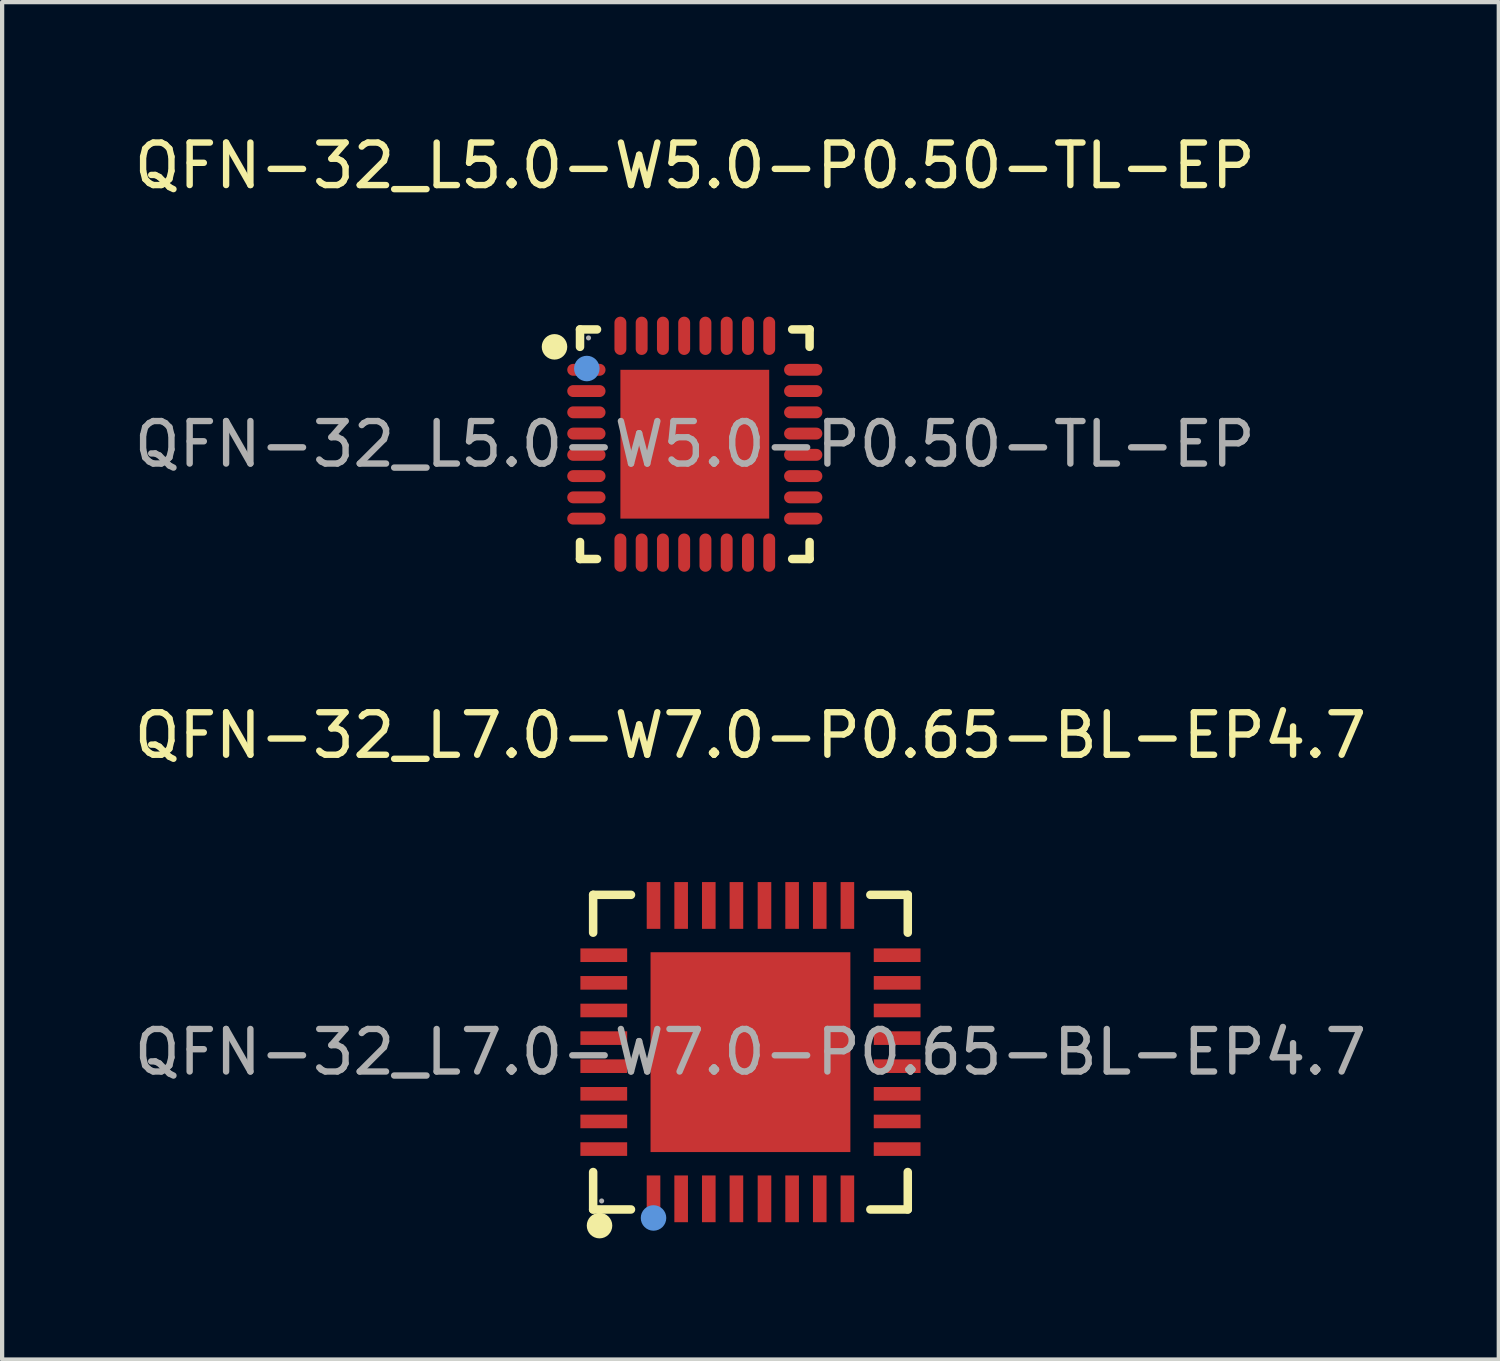
<source format=kicad_pcb>
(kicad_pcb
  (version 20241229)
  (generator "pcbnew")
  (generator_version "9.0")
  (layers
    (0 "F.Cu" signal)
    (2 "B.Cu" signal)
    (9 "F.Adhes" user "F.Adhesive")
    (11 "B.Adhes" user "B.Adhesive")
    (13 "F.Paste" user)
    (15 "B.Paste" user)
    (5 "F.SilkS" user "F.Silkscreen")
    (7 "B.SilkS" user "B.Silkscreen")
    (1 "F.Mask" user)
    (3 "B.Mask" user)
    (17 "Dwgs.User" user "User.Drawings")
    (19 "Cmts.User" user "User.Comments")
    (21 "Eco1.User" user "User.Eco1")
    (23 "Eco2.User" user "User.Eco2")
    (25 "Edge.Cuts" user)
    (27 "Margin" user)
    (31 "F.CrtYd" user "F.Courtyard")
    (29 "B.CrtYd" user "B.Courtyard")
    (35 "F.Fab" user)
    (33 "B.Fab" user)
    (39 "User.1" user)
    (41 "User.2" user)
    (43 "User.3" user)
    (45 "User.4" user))
  (footprint "QFN-32_L5.0-W5.0-P0.50-TL-EP"
    (layer "F.Cu")
    (at 13.292 7.398)
    (property "Reference" "QFN-32_L5.0-W5.0-P0.50-TL-EP" (at 0 -6.55 0) (layer "F.SilkS") (effects (font (size 1 1) (thickness 0.15))))
    (attr through_hole)
    (fp_line (start -2.7 -2.7) (end -2.3 -2.7) (stroke (width 0.2) (type solid)) (layer "F.SilkS"))
    (fp_line (start -2.7 -2.29) (end -2.7 -2.7) (stroke (width 0.2) (type solid)) (layer "F.SilkS"))
    (fp_line (start -2.7 2.3) (end -2.7 2.7) (stroke (width 0.2) (type solid)) (layer "F.SilkS"))
    (fp_line (start -2.7 2.7) (end -2.3 2.7) (stroke (width 0.2) (type solid)) (layer "F.SilkS"))
    (fp_line (start 2.29 -2.7) (end 2.7 -2.7) (stroke (width 0.2) (type solid)) (layer "F.SilkS"))
    (fp_line (start 2.29 2.7) (end 2.7 2.7) (stroke (width 0.2) (type solid)) (layer "F.SilkS"))
    (fp_line (start 2.7 -2.7) (end 2.7 -2.29) (stroke (width 0.2) (type solid)) (layer "F.SilkS"))
    (fp_line (start 2.7 2.7) (end 2.7 2.3) (stroke (width 0.2) (type solid)) (layer "F.SilkS"))
    (fp_circle (center -3.3 -2.29) (end -3.15 -2.29) (stroke (width 0.3) (type solid)) (fill no) (layer "F.SilkS"))
    (fp_circle (center -2.54 -1.78) (end -2.39 -1.78) (stroke (width 0.3) (type solid)) (fill no) (layer "Cmts.User"))
    (fp_circle (center -2.5 -2.5) (end -2.47 -2.5) (stroke (width 0.06) (type solid)) (fill no) (layer "F.Fab"))
    (fp_text user "${REFERENCE}" (at 0 0 0) (layer "F.Fab") (effects (font (size 1 1) (thickness 0.15))))
    (pad "1" smd oval (at -2.55 -1.75 90) (size 0.28 0.9) (layers "F.Cu" "F.Mask" "F.Paste"))
    (pad "2" smd oval (at -2.55 -1.25 90) (size 0.28 0.9) (layers "F.Cu" "F.Mask" "F.Paste"))
    (pad "3" smd oval (at -2.55 -0.75 90) (size 0.28 0.9) (layers "F.Cu" "F.Mask" "F.Paste"))
    (pad "4" smd oval (at -2.55 -0.25 90) (size 0.28 0.9) (layers "F.Cu" "F.Mask" "F.Paste"))
    (pad "5" smd oval (at -2.55 0.25 90) (size 0.28 0.9) (layers "F.Cu" "F.Mask" "F.Paste"))
    (pad "6" smd oval (at -2.55 0.75 90) (size 0.28 0.9) (layers "F.Cu" "F.Mask" "F.Paste"))
    (pad "7" smd oval (at -2.55 1.25 90) (size 0.28 0.9) (layers "F.Cu" "F.Mask" "F.Paste"))
    (pad "8" smd oval (at -2.55 1.75 90) (size 0.28 0.9) (layers "F.Cu" "F.Mask" "F.Paste"))
    (pad "9" smd oval (at -1.75 2.55) (size 0.28 0.9) (layers "F.Cu" "F.Mask" "F.Paste"))
    (pad "10" smd oval (at -1.25 2.55) (size 0.28 0.9) (layers "F.Cu" "F.Mask" "F.Paste"))
    (pad "11" smd oval (at -0.75 2.55) (size 0.28 0.9) (layers "F.Cu" "F.Mask" "F.Paste"))
    (pad "12" smd oval (at -0.25 2.55) (size 0.28 0.9) (layers "F.Cu" "F.Mask" "F.Paste"))
    (pad "13" smd oval (at 0.25 2.55) (size 0.28 0.9) (layers "F.Cu" "F.Mask" "F.Paste"))
    (pad "14" smd oval (at 0.75 2.55) (size 0.28 0.9) (layers "F.Cu" "F.Mask" "F.Paste"))
    (pad "15" smd oval (at 1.25 2.55) (size 0.28 0.9) (layers "F.Cu" "F.Mask" "F.Paste"))
    (pad "16" smd oval (at 1.75 2.55) (size 0.28 0.9) (layers "F.Cu" "F.Mask" "F.Paste"))
    (pad "17" smd oval (at 2.55 1.75 90) (size 0.28 0.9) (layers "F.Cu" "F.Mask" "F.Paste"))
    (pad "18" smd oval (at 2.55 1.25 90) (size 0.28 0.9) (layers "F.Cu" "F.Mask" "F.Paste"))
    (pad "19" smd oval (at 2.55 0.75 90) (size 0.28 0.9) (layers "F.Cu" "F.Mask" "F.Paste"))
    (pad "20" smd oval (at 2.55 0.25 90) (size 0.28 0.9) (layers "F.Cu" "F.Mask" "F.Paste"))
    (pad "21" smd oval (at 2.55 -0.25 90) (size 0.28 0.9) (layers "F.Cu" "F.Mask" "F.Paste"))
    (pad "22" smd oval (at 2.55 -0.75 90) (size 0.28 0.9) (layers "F.Cu" "F.Mask" "F.Paste"))
    (pad "23" smd oval (at 2.55 -1.25 90) (size 0.28 0.9) (layers "F.Cu" "F.Mask" "F.Paste"))
    (pad "24" smd oval (at 2.55 -1.75 90) (size 0.28 0.9) (layers "F.Cu" "F.Mask" "F.Paste"))
    (pad "25" smd oval (at 1.75 -2.55) (size 0.28 0.9) (layers "F.Cu" "F.Mask" "F.Paste"))
    (pad "26" smd oval (at 1.25 -2.55) (size 0.28 0.9) (layers "F.Cu" "F.Mask" "F.Paste"))
    (pad "27" smd oval (at 0.75 -2.55) (size 0.28 0.9) (layers "F.Cu" "F.Mask" "F.Paste"))
    (pad "28" smd oval (at 0.25 -2.55) (size 0.28 0.9) (layers "F.Cu" "F.Mask" "F.Paste"))
    (pad "29" smd oval (at -0.25 -2.55) (size 0.28 0.9) (layers "F.Cu" "F.Mask" "F.Paste"))
    (pad "30" smd oval (at -0.75 -2.55) (size 0.28 0.9) (layers "F.Cu" "F.Mask" "F.Paste"))
    (pad "31" smd oval (at -1.25 -2.55) (size 0.28 0.9) (layers "F.Cu" "F.Mask" "F.Paste"))
    (pad "32" smd oval (at -1.75 -2.55) (size 0.28 0.9) (layers "F.Cu" "F.Mask" "F.Paste"))
    (pad "33" smd rect (at 0 0) (size 3.5 3.5) (layers "F.Cu" "F.Mask" "F.Paste")))
  (footprint "QFN-32_L7.0-W7.0-P0.65-BL-EP4.7"
    (layer "F.Cu")
    (at 14.601 21.697)
    (property "Reference" "QFN-32_L7.0-W7.0-P0.65-BL-EP4.7" (at 0 -7.45 0) (layer "F.SilkS") (effects (font (size 1 1) (thickness 0.15))))
    (attr through_hole)
    (fp_line (start -3.7 -3.7) (end -2.81 -3.7) (stroke (width 0.2) (type solid)) (layer "F.SilkS"))
    (fp_line (start -3.7 -2.81) (end -3.7 -3.7) (stroke (width 0.2) (type solid)) (layer "F.SilkS"))
    (fp_line (start -3.7 3.7) (end -3.7 2.82) (stroke (width 0.2) (type solid)) (layer "F.SilkS"))
    (fp_line (start -2.81 3.7) (end -3.7 3.7) (stroke (width 0.2) (type solid)) (layer "F.SilkS"))
    (fp_line (start 2.82 3.7) (end 3.7 3.7) (stroke (width 0.2) (type solid)) (layer "F.SilkS"))
    (fp_line (start 3.7 -3.7) (end 2.82 -3.7) (stroke (width 0.2) (type solid)) (layer "F.SilkS"))
    (fp_line (start 3.7 -2.81) (end 3.7 -3.7) (stroke (width 0.2) (type solid)) (layer "F.SilkS"))
    (fp_line (start 3.7 3.7) (end 3.7 2.82) (stroke (width 0.2) (type solid)) (layer "F.SilkS"))
    (fp_arc (start -3.55 4.08) (mid -3.55 4.08) (end -3.55 4.08) (stroke (width 0.3) (type solid)) (layer "F.SilkS"))
    (fp_circle (center -2.28 3.9) (end -2.13 3.9) (stroke (width 0.3) (type solid)) (fill no) (layer "Cmts.User"))
    (fp_circle (center -3.5 3.5) (end -3.47 3.5) (stroke (width 0.06) (type solid)) (fill no) (layer "F.Fab"))
    (fp_text user "${REFERENCE}" (at 0 0 0) (layer "F.Fab") (effects (font (size 1 1) (thickness 0.15))))
    (pad "1" smd rect (at -2.28 3.45) (size 0.32 1.1) (layers "F.Cu" "F.Mask" "F.Paste"))
    (pad "2" smd rect (at -1.63 3.45) (size 0.32 1.1) (layers "F.Cu" "F.Mask" "F.Paste"))
    (pad "3" smd rect (at -0.98 3.45) (size 0.32 1.1) (layers "F.Cu" "F.Mask" "F.Paste"))
    (pad "4" smd rect (at -0.33 3.45) (size 0.32 1.1) (layers "F.Cu" "F.Mask" "F.Paste"))
    (pad "5" smd rect (at 0.33 3.45) (size 0.32 1.1) (layers "F.Cu" "F.Mask" "F.Paste"))
    (pad "6" smd rect (at 0.98 3.45) (size 0.32 1.1) (layers "F.Cu" "F.Mask" "F.Paste"))
    (pad "7" smd rect (at 1.63 3.45) (size 0.32 1.1) (layers "F.Cu" "F.Mask" "F.Paste"))
    (pad "8" smd rect (at 2.28 3.45) (size 0.32 1.1) (layers "F.Cu" "F.Mask" "F.Paste"))
    (pad "9" smd rect (at 3.45 2.28) (size 1.1 0.32) (layers "F.Cu" "F.Mask" "F.Paste"))
    (pad "10" smd rect (at 3.45 1.63) (size 1.1 0.32) (layers "F.Cu" "F.Mask" "F.Paste"))
    (pad "11" smd rect (at 3.45 0.98) (size 1.1 0.32) (layers "F.Cu" "F.Mask" "F.Paste"))
    (pad "12" smd rect (at 3.45 0.33) (size 1.1 0.32) (layers "F.Cu" "F.Mask" "F.Paste"))
    (pad "13" smd rect (at 3.45 -0.33) (size 1.1 0.32) (layers "F.Cu" "F.Mask" "F.Paste"))
    (pad "14" smd rect (at 3.45 -0.98) (size 1.1 0.32) (layers "F.Cu" "F.Mask" "F.Paste"))
    (pad "15" smd rect (at 3.45 -1.63) (size 1.1 0.32) (layers "F.Cu" "F.Mask" "F.Paste"))
    (pad "16" smd rect (at 3.45 -2.28) (size 1.1 0.32) (layers "F.Cu" "F.Mask" "F.Paste"))
    (pad "17" smd rect (at 2.28 -3.45) (size 0.32 1.1) (layers "F.Cu" "F.Mask" "F.Paste"))
    (pad "18" smd rect (at 1.63 -3.45) (size 0.32 1.1) (layers "F.Cu" "F.Mask" "F.Paste"))
    (pad "19" smd rect (at 0.98 -3.45) (size 0.32 1.1) (layers "F.Cu" "F.Mask" "F.Paste"))
    (pad "20" smd rect (at 0.33 -3.45) (size 0.32 1.1) (layers "F.Cu" "F.Mask" "F.Paste"))
    (pad "21" smd rect (at -0.33 -3.45) (size 0.32 1.1) (layers "F.Cu" "F.Mask" "F.Paste"))
    (pad "22" smd rect (at -0.98 -3.45) (size 0.32 1.1) (layers "F.Cu" "F.Mask" "F.Paste"))
    (pad "23" smd rect (at -1.63 -3.45) (size 0.32 1.1) (layers "F.Cu" "F.Mask" "F.Paste"))
    (pad "24" smd rect (at -2.28 -3.45) (size 0.32 1.1) (layers "F.Cu" "F.Mask" "F.Paste"))
    (pad "25" smd rect (at -3.45 -2.28) (size 1.1 0.32) (layers "F.Cu" "F.Mask" "F.Paste"))
    (pad "26" smd rect (at -3.45 -1.63) (size 1.1 0.32) (layers "F.Cu" "F.Mask" "F.Paste"))
    (pad "27" smd rect (at -3.45 -0.98) (size 1.1 0.32) (layers "F.Cu" "F.Mask" "F.Paste"))
    (pad "28" smd rect (at -3.45 -0.33) (size 1.1 0.32) (layers "F.Cu" "F.Mask" "F.Paste"))
    (pad "29" smd rect (at -3.45 0.33) (size 1.1 0.32) (layers "F.Cu" "F.Mask" "F.Paste"))
    (pad "30" smd rect (at -3.45 0.98) (size 1.1 0.32) (layers "F.Cu" "F.Mask" "F.Paste"))
    (pad "31" smd rect (at -3.45 1.63) (size 1.1 0.32) (layers "F.Cu" "F.Mask" "F.Paste"))
    (pad "32" smd rect (at -3.45 2.28) (size 1.1 0.32) (layers "F.Cu" "F.Mask" "F.Paste"))
    (pad "33" smd rect (at 0 0 90) (size 4.7 4.7) (layers "F.Cu" "F.Mask" "F.Paste")))
  (gr_rect
    (start -3 -3)
    (end 32.202 28.927)
    (stroke (width 0.1) (type default))
    (fill no)
    (layer "Edge.Cuts")))
</source>
